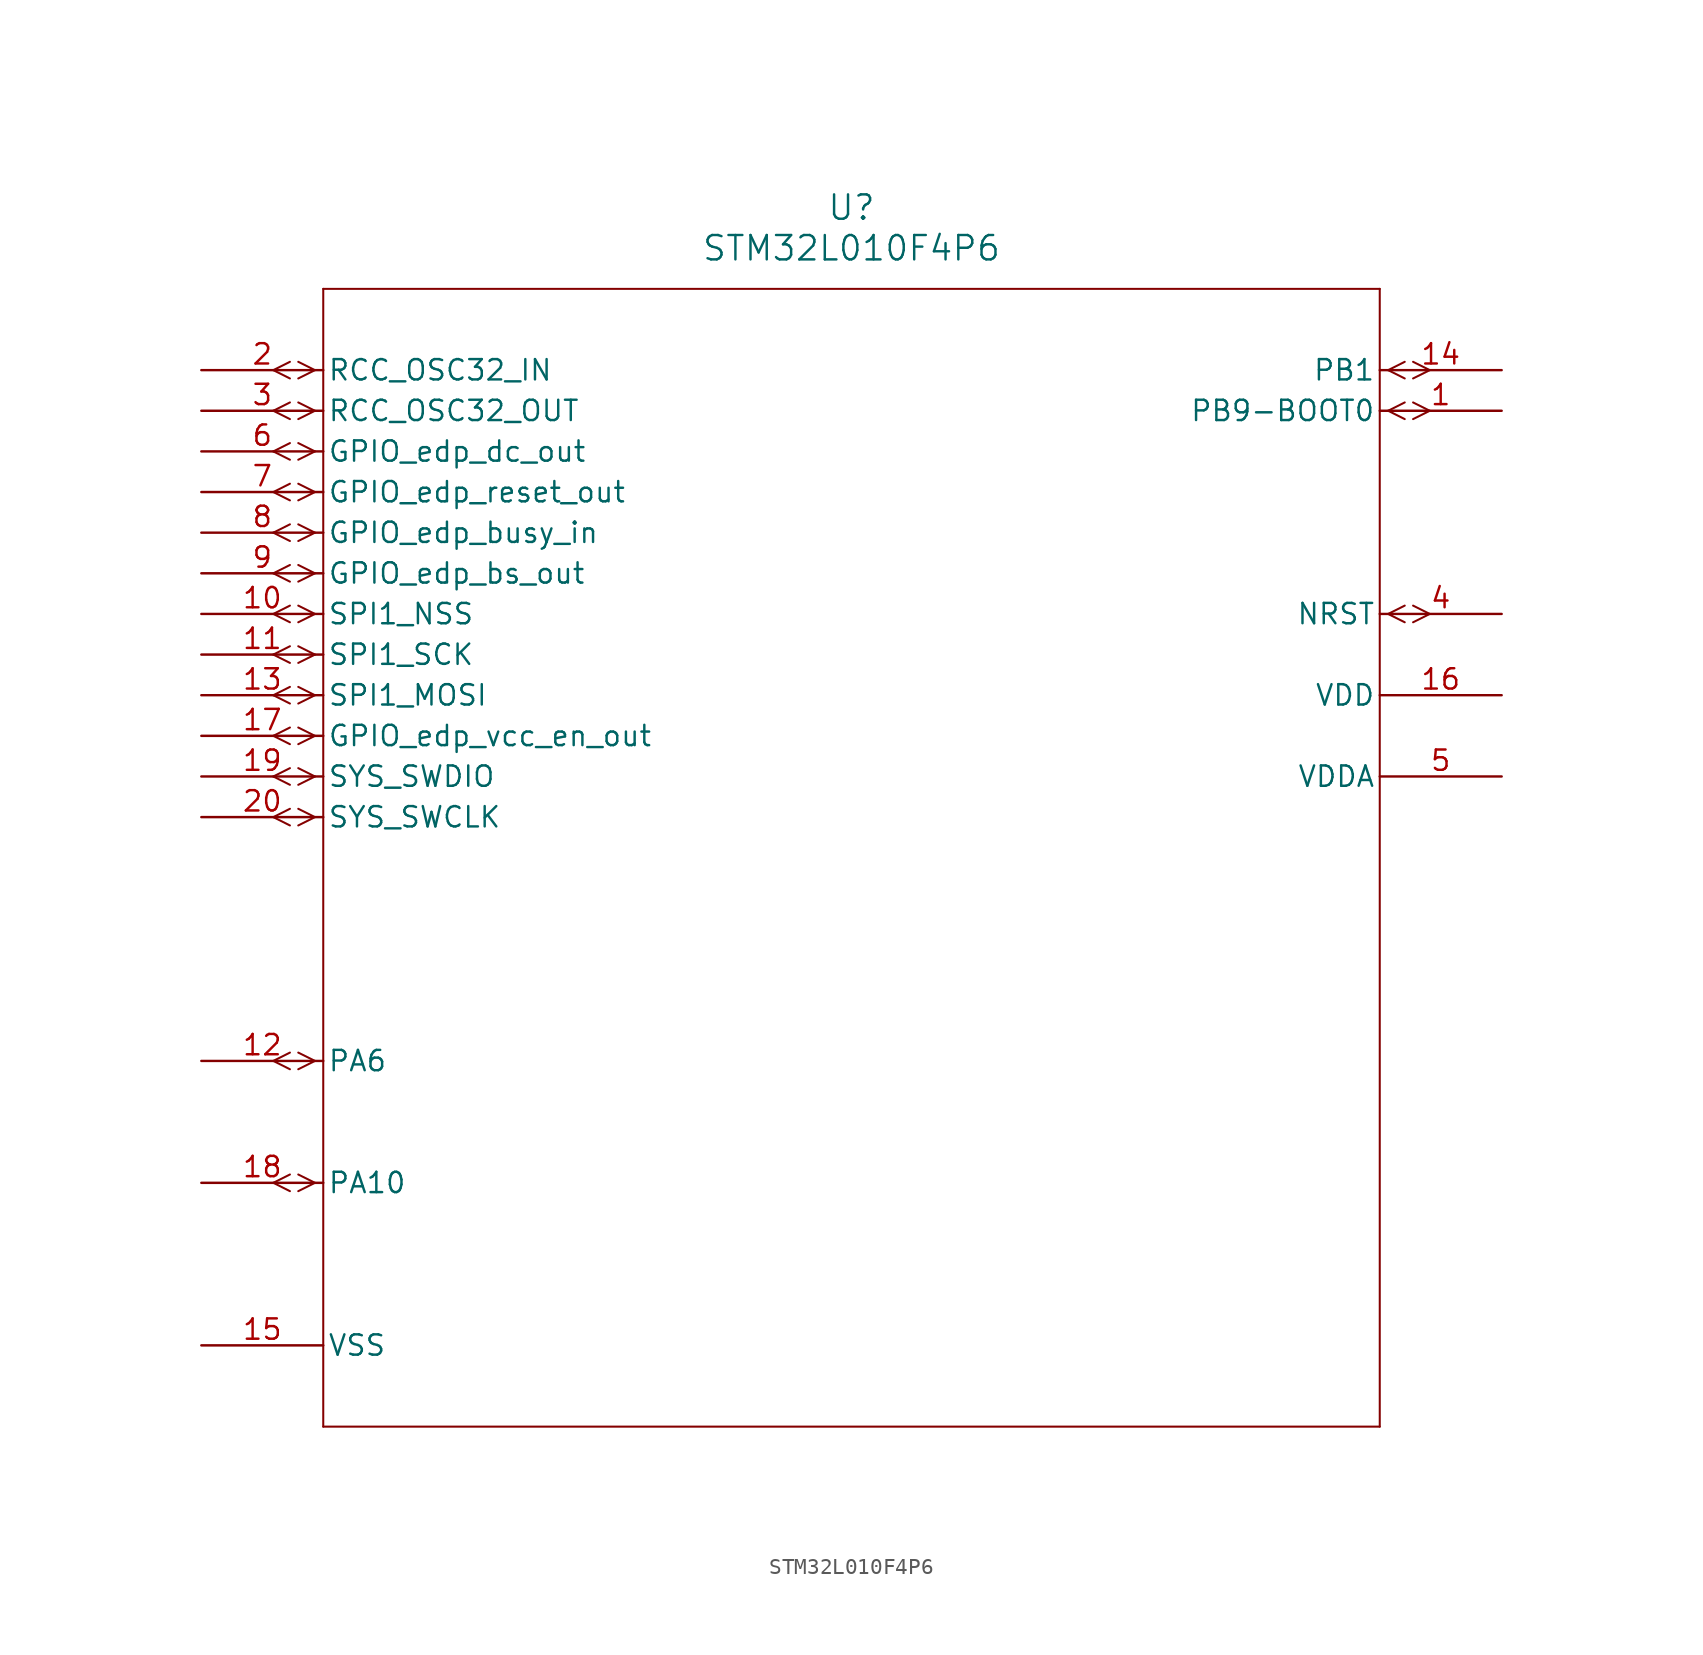
<source format=kicad_sym>
(kicad_symbol_lib
  (version 20211014)
  (generator kicad_symbol_editor)
  (symbol "STM32L010F4P6"
    (pin_names
      (offset 0.254))
    (property "Reference" "U"
      (at 40.64 10.16 0)
      (effects (font (size 1.524 1.524))))
    (property "Value" "STM32L010F4P6"
      (at 40.64 7.62 0)
      (effects (font (size 1.524 1.524))))
    (symbol "STM32L010F4P6_0_1"
      (polyline (pts (xy 7.099 0) (xy 6.058 .5207)) (stroke (width .127) (type default) (color 0 0 0 0)) (fill (type none)))
      (polyline (pts (xy 7.099 0) (xy 6.058 -.5207)) (stroke (width .127) (type default) (color 0 0 0 0)) (fill (type none)))
      (polyline (pts (xy 5.537 .5207) (xy 4.496 0)) (stroke (width .127) (type default) (color 0 0 0 0)) (fill (type none)))
      (polyline (pts (xy 5.537 -.5207) (xy 4.496 0)) (stroke (width .127) (type default) (color 0 0 0 0)) (fill (type none)))
      (polyline (pts (xy 7.099 -2.54) (xy 6.058 -2.019)) (stroke (width .127) (type default) (color 0 0 0 0)) (fill (type none)))
      (polyline (pts (xy 7.099 -2.54) (xy 6.058 -3.061)) (stroke (width .127) (type default) (color 0 0 0 0)) (fill (type none)))
      (polyline (pts (xy 5.537 -2.019) (xy 4.496 -2.54)) (stroke (width .127) (type default) (color 0 0 0 0)) (fill (type none)))
      (polyline (pts (xy 5.537 -3.061) (xy 4.496 -2.54)) (stroke (width .127) (type default) (color 0 0 0 0)) (fill (type none)))
      (polyline (pts (xy 7.099 -5.08) (xy 6.058 -4.559)) (stroke (width .127) (type default) (color 0 0 0 0)) (fill (type none)))
      (polyline (pts (xy 7.099 -5.08) (xy 6.058 -5.601)) (stroke (width .127) (type default) (color 0 0 0 0)) (fill (type none)))
      (polyline (pts (xy 5.537 -4.559) (xy 4.496 -5.08)) (stroke (width .127) (type default) (color 0 0 0 0)) (fill (type none)))
      (polyline (pts (xy 5.537 -5.601) (xy 4.496 -5.08)) (stroke (width .127) (type default) (color 0 0 0 0)) (fill (type none)))
      (polyline (pts (xy 7.099 -7.62) (xy 6.058 -7.099)) (stroke (width .127) (type default) (color 0 0 0 0)) (fill (type none)))
      (polyline (pts (xy 7.099 -7.62) (xy 6.058 -8.141)) (stroke (width .127) (type default) (color 0 0 0 0)) (fill (type none)))
      (polyline (pts (xy 5.537 -7.099) (xy 4.496 -7.62)) (stroke (width .127) (type default) (color 0 0 0 0)) (fill (type none)))
      (polyline (pts (xy 5.537 -8.141) (xy 4.496 -7.62)) (stroke (width .127) (type default) (color 0 0 0 0)) (fill (type none)))
      (polyline (pts (xy 7.099 -10.16) (xy 6.058 -9.639)) (stroke (width .127) (type default) (color 0 0 0 0)) (fill (type none)))
      (polyline (pts (xy 7.099 -10.16) (xy 6.058 -10.681)) (stroke (width .127) (type default) (color 0 0 0 0)) (fill (type none)))
      (polyline (pts (xy 5.537 -9.639) (xy 4.496 -10.16)) (stroke (width .127) (type default) (color 0 0 0 0)) (fill (type none)))
      (polyline (pts (xy 5.537 -10.681) (xy 4.496 -10.16)) (stroke (width .127) (type default) (color 0 0 0 0)) (fill (type none)))
      (polyline (pts (xy 7.099 -12.7) (xy 6.058 -12.179)) (stroke (width .127) (type default) (color 0 0 0 0)) (fill (type none)))
      (polyline (pts (xy 7.099 -12.7) (xy 6.058 -13.221)) (stroke (width .127) (type default) (color 0 0 0 0)) (fill (type none)))
      (polyline (pts (xy 5.537 -12.179) (xy 4.496 -12.7)) (stroke (width .127) (type default) (color 0 0 0 0)) (fill (type none)))
      (polyline (pts (xy 5.537 -13.221) (xy 4.496 -12.7)) (stroke (width .127) (type default) (color 0 0 0 0)) (fill (type none)))
      (polyline (pts (xy 7.099 -15.24) (xy 6.058 -14.719)) (stroke (width .127) (type default) (color 0 0 0 0)) (fill (type none)))
      (polyline (pts (xy 7.099 -15.24) (xy 6.058 -15.761)) (stroke (width .127) (type default) (color 0 0 0 0)) (fill (type none)))
      (polyline (pts (xy 5.537 -14.719) (xy 4.496 -15.24)) (stroke (width .127) (type default) (color 0 0 0 0)) (fill (type none)))
      (polyline (pts (xy 5.537 -15.761) (xy 4.496 -15.24)) (stroke (width .127) (type default) (color 0 0 0 0)) (fill (type none)))
      (polyline (pts (xy 7.099 -17.78) (xy 6.058 -17.259)) (stroke (width .127) (type default) (color 0 0 0 0)) (fill (type none)))
      (polyline (pts (xy 7.099 -17.78) (xy 6.058 -18.301)) (stroke (width .127) (type default) (color 0 0 0 0)) (fill (type none)))
      (polyline (pts (xy 5.537 -17.259) (xy 4.496 -17.78)) (stroke (width .127) (type default) (color 0 0 0 0)) (fill (type none)))
      (polyline (pts (xy 5.537 -18.301) (xy 4.496 -17.78)) (stroke (width .127) (type default) (color 0 0 0 0)) (fill (type none)))
      (polyline (pts (xy 7.099 -20.32) (xy 6.058 -19.799)) (stroke (width .127) (type default) (color 0 0 0 0)) (fill (type none)))
      (polyline (pts (xy 7.099 -20.32) (xy 6.058 -20.841)) (stroke (width .127) (type default) (color 0 0 0 0)) (fill (type none)))
      (polyline (pts (xy 5.537 -19.799) (xy 4.496 -20.32)) (stroke (width .127) (type default) (color 0 0 0 0)) (fill (type none)))
      (polyline (pts (xy 5.537 -20.841) (xy 4.496 -20.32)) (stroke (width .127) (type default) (color 0 0 0 0)) (fill (type none)))
      (polyline (pts (xy 7.099 -22.86) (xy 6.058 -22.339)) (stroke (width .127) (type default) (color 0 0 0 0)) (fill (type none)))
      (polyline (pts (xy 7.099 -22.86) (xy 6.058 -23.381)) (stroke (width .127) (type default) (color 0 0 0 0)) (fill (type none)))
      (polyline (pts (xy 5.537 -22.339) (xy 4.496 -22.86)) (stroke (width .127) (type default) (color 0 0 0 0)) (fill (type none)))
      (polyline (pts (xy 5.537 -23.381) (xy 4.496 -22.86)) (stroke (width .127) (type default) (color 0 0 0 0)) (fill (type none)))
      (polyline (pts (xy 7.099 -25.4) (xy 6.058 -24.879)) (stroke (width .127) (type default) (color 0 0 0 0)) (fill (type none)))
      (polyline (pts (xy 7.099 -25.4) (xy 6.058 -25.921)) (stroke (width .127) (type default) (color 0 0 0 0)) (fill (type none)))
      (polyline (pts (xy 5.537 -24.879) (xy 4.496 -25.4)) (stroke (width .127) (type default) (color 0 0 0 0)) (fill (type none)))
      (polyline (pts (xy 5.537 -25.921) (xy 4.496 -25.4)) (stroke (width .127) (type default) (color 0 0 0 0)) (fill (type none)))
      (polyline (pts (xy 7.099 -27.94) (xy 6.058 -27.419)) (stroke (width .127) (type default) (color 0 0 0 0)) (fill (type none)))
      (polyline (pts (xy 7.099 -27.94) (xy 6.058 -28.461)) (stroke (width .127) (type default) (color 0 0 0 0)) (fill (type none)))
      (polyline (pts (xy 5.537 -27.419) (xy 4.496 -27.94)) (stroke (width .127) (type default) (color 0 0 0 0)) (fill (type none)))
      (polyline (pts (xy 5.537 -28.461) (xy 4.496 -27.94)) (stroke (width .127) (type default) (color 0 0 0 0)) (fill (type none)))
      (polyline (pts (xy 7.099 -43.18) (xy 6.058 -42.659)) (stroke (width .127) (type default) (color 0 0 0 0)) (fill (type none)))
      (polyline (pts (xy 7.099 -43.18) (xy 6.058 -43.701)) (stroke (width .127) (type default) (color 0 0 0 0)) (fill (type none)))
      (polyline (pts (xy 5.537 -42.659) (xy 4.496 -43.18)) (stroke (width .127) (type default) (color 0 0 0 0)) (fill (type none)))
      (polyline (pts (xy 5.537 -43.701) (xy 4.496 -43.18)) (stroke (width .127) (type default) (color 0 0 0 0)) (fill (type none)))
      (polyline (pts (xy 7.099 -50.8) (xy 6.058 -50.279)) (stroke (width .127) (type default) (color 0 0 0 0)) (fill (type none)))
      (polyline (pts (xy 7.099 -50.8) (xy 6.058 -51.321)) (stroke (width .127) (type default) (color 0 0 0 0)) (fill (type none)))
      (polyline (pts (xy 5.537 -50.279) (xy 4.496 -50.8)) (stroke (width .127) (type default) (color 0 0 0 0)) (fill (type none)))
      (polyline (pts (xy 5.537 -51.321) (xy 4.496 -50.8)) (stroke (width .127) (type default) (color 0 0 0 0)) (fill (type none)))
      (polyline (pts (xy 74.181 0) (xy 75.222 .5207)) (stroke (width .127) (type default) (color 0 0 0 0)) (fill (type none)))
      (polyline (pts (xy 74.181 0) (xy 75.222 -.5207)) (stroke (width .127) (type default) (color 0 0 0 0)) (fill (type none)))
      (polyline (pts (xy 75.743 .5207) (xy 76.784 0)) (stroke (width .127) (type default) (color 0 0 0 0)) (fill (type none)))
      (polyline (pts (xy 75.743 -.5207) (xy 76.784 0)) (stroke (width .127) (type default) (color 0 0 0 0)) (fill (type none)))
      (polyline (pts (xy 74.181 -2.54) (xy 75.222 -2.019)) (stroke (width .127) (type default) (color 0 0 0 0)) (fill (type none)))
      (polyline (pts (xy 74.181 -2.54) (xy 75.222 -3.061)) (stroke (width .127) (type default) (color 0 0 0 0)) (fill (type none)))
      (polyline (pts (xy 75.743 -2.019) (xy 76.784 -2.54)) (stroke (width .127) (type default) (color 0 0 0 0)) (fill (type none)))
      (polyline (pts (xy 75.743 -3.061) (xy 76.784 -2.54)) (stroke (width .127) (type default) (color 0 0 0 0)) (fill (type none)))
      (polyline (pts (xy 74.181 -15.24) (xy 75.222 -14.719)) (stroke (width .127) (type default) (color 0 0 0 0)) (fill (type none)))
      (polyline (pts (xy 74.181 -15.24) (xy 75.222 -15.761)) (stroke (width .127) (type default) (color 0 0 0 0)) (fill (type none)))
      (polyline (pts (xy 75.743 -14.719) (xy 76.784 -15.24)) (stroke (width .127) (type default) (color 0 0 0 0)) (fill (type none)))
      (polyline (pts (xy 75.743 -15.761) (xy 76.784 -15.24)) (stroke (width .127) (type default) (color 0 0 0 0)) (fill (type none)))
      (polyline (pts (xy 7.62 5.08) (xy 7.62 -66.04)) (stroke (width .127) (type default) (color 0 0 0 0)) (fill (type none)))
      (polyline (pts (xy 7.62 -66.04) (xy 73.66 -66.04)) (stroke (width .127) (type default) (color 0 0 0 0)) (fill (type none)))
      (polyline (pts (xy 73.66 -66.04) (xy 73.66 5.08)) (stroke (width .127) (type default) (color 0 0 0 0)) (fill (type none)))
      (polyline (pts (xy 73.66 5.08) (xy 7.62 5.08)) (stroke (width .127) (type default) (color 0 0 0 0)) (fill (type none)))
      (pin input line (at 81.28 -2.54 180) (length 7.62) (name "PB9-BOOT0" (effects (font (size 1.27 1.27)))) (number "1" (effects (font (size 1.27 1.27)))))
      (pin unspecified line (at 0 0 0) (length 7.62) (name "RCC_OSC32_IN" (effects (font (size 1.27 1.27)))) (number "2" (effects (font (size 1.27 1.27)))))
      (pin unspecified line (at 0 -2.54 0) (length 7.62) (name "RCC_OSC32_OUT" (effects (font (size 1.27 1.27)))) (number "3" (effects (font (size 1.27 1.27)))))
      (pin bidirectional line (at 81.28 -15.24 180) (length 7.62) (name "NRST" (effects (font (size 1.27 1.27)))) (number "4" (effects (font (size 1.27 1.27)))))
      (pin power_in line (at 81.28 -25.4 180) (length 7.62) (name "VDDA" (effects (font (size 1.27 1.27)))) (number "5" (effects (font (size 1.27 1.27)))))
      (pin unspecified line (at 0 -5.08 0) (length 7.62) (name "GPIO_edp_dc_out" (effects (font (size 1.27 1.27)))) (number "6" (effects (font (size 1.27 1.27)))))
      (pin unspecified line (at 0 -7.62 0) (length 7.62) (name "GPIO_edp_reset_out" (effects (font (size 1.27 1.27)))) (number "7" (effects (font (size 1.27 1.27)))))
      (pin unspecified line (at 0 -10.16 0) (length 7.62) (name "GPIO_edp_busy_in" (effects (font (size 1.27 1.27)))) (number "8" (effects (font (size 1.27 1.27)))))
      (pin unspecified line (at 0 -12.7 0) (length 7.62) (name "GPIO_edp_bs_out" (effects (font (size 1.27 1.27)))) (number "9" (effects (font (size 1.27 1.27)))))
      (pin unspecified line (at 0 -15.24 0) (length 7.62) (name "SPI1_NSS" (effects (font (size 1.27 1.27)))) (number "10" (effects (font (size 1.27 1.27)))))
      (pin unspecified line (at 0 -17.78 0) (length 7.62) (name "SPI1_SCK" (effects (font (size 1.27 1.27)))) (number "11" (effects (font (size 1.27 1.27)))))
      (pin bidirectional line (at 0 -43.18 0) (length 7.62) (name "PA6" (effects (font (size 1.27 1.27)))) (number "12" (effects (font (size 1.27 1.27)))))
      (pin unspecified line (at 0 -20.32 0) (length 7.62) (name "SPI1_MOSI" (effects (font (size 1.27 1.27)))) (number "13" (effects (font (size 1.27 1.27)))))
      (pin bidirectional line (at 81.28 0 180) (length 7.62) (name "PB1" (effects (font (size 1.27 1.27)))) (number "14" (effects (font (size 1.27 1.27)))))
      (pin power_in line (at 0 -60.96 0) (length 7.62) (name "VSS" (effects (font (size 1.27 1.27)))) (number "15" (effects (font (size 1.27 1.27)))))
      (pin power_in line (at 81.28 -20.32 180) (length 7.62) (name "VDD" (effects (font (size 1.27 1.27)))) (number "16" (effects (font (size 1.27 1.27)))))
      (pin unspecified line (at 0 -22.86 0) (length 7.62) (name "GPIO_edp_vcc_en_out" (effects (font (size 1.27 1.27)))) (number "17" (effects (font (size 1.27 1.27)))))
      (pin bidirectional line (at 0 -50.8 0) (length 7.62) (name "PA10" (effects (font (size 1.27 1.27)))) (number "18" (effects (font (size 1.27 1.27)))))
      (pin unspecified line (at 0 -25.4 0) (length 7.62) (name "SYS_SWDIO" (effects (font (size 1.27 1.27)))) (number "19" (effects (font (size 1.27 1.27)))))
      (pin unspecified line (at 0 -27.94 0) (length 7.62) (name "SYS_SWCLK" (effects (font (size 1.27 1.27)))) (number "20" (effects (font (size 1.27 1.27))))))))
</source>
